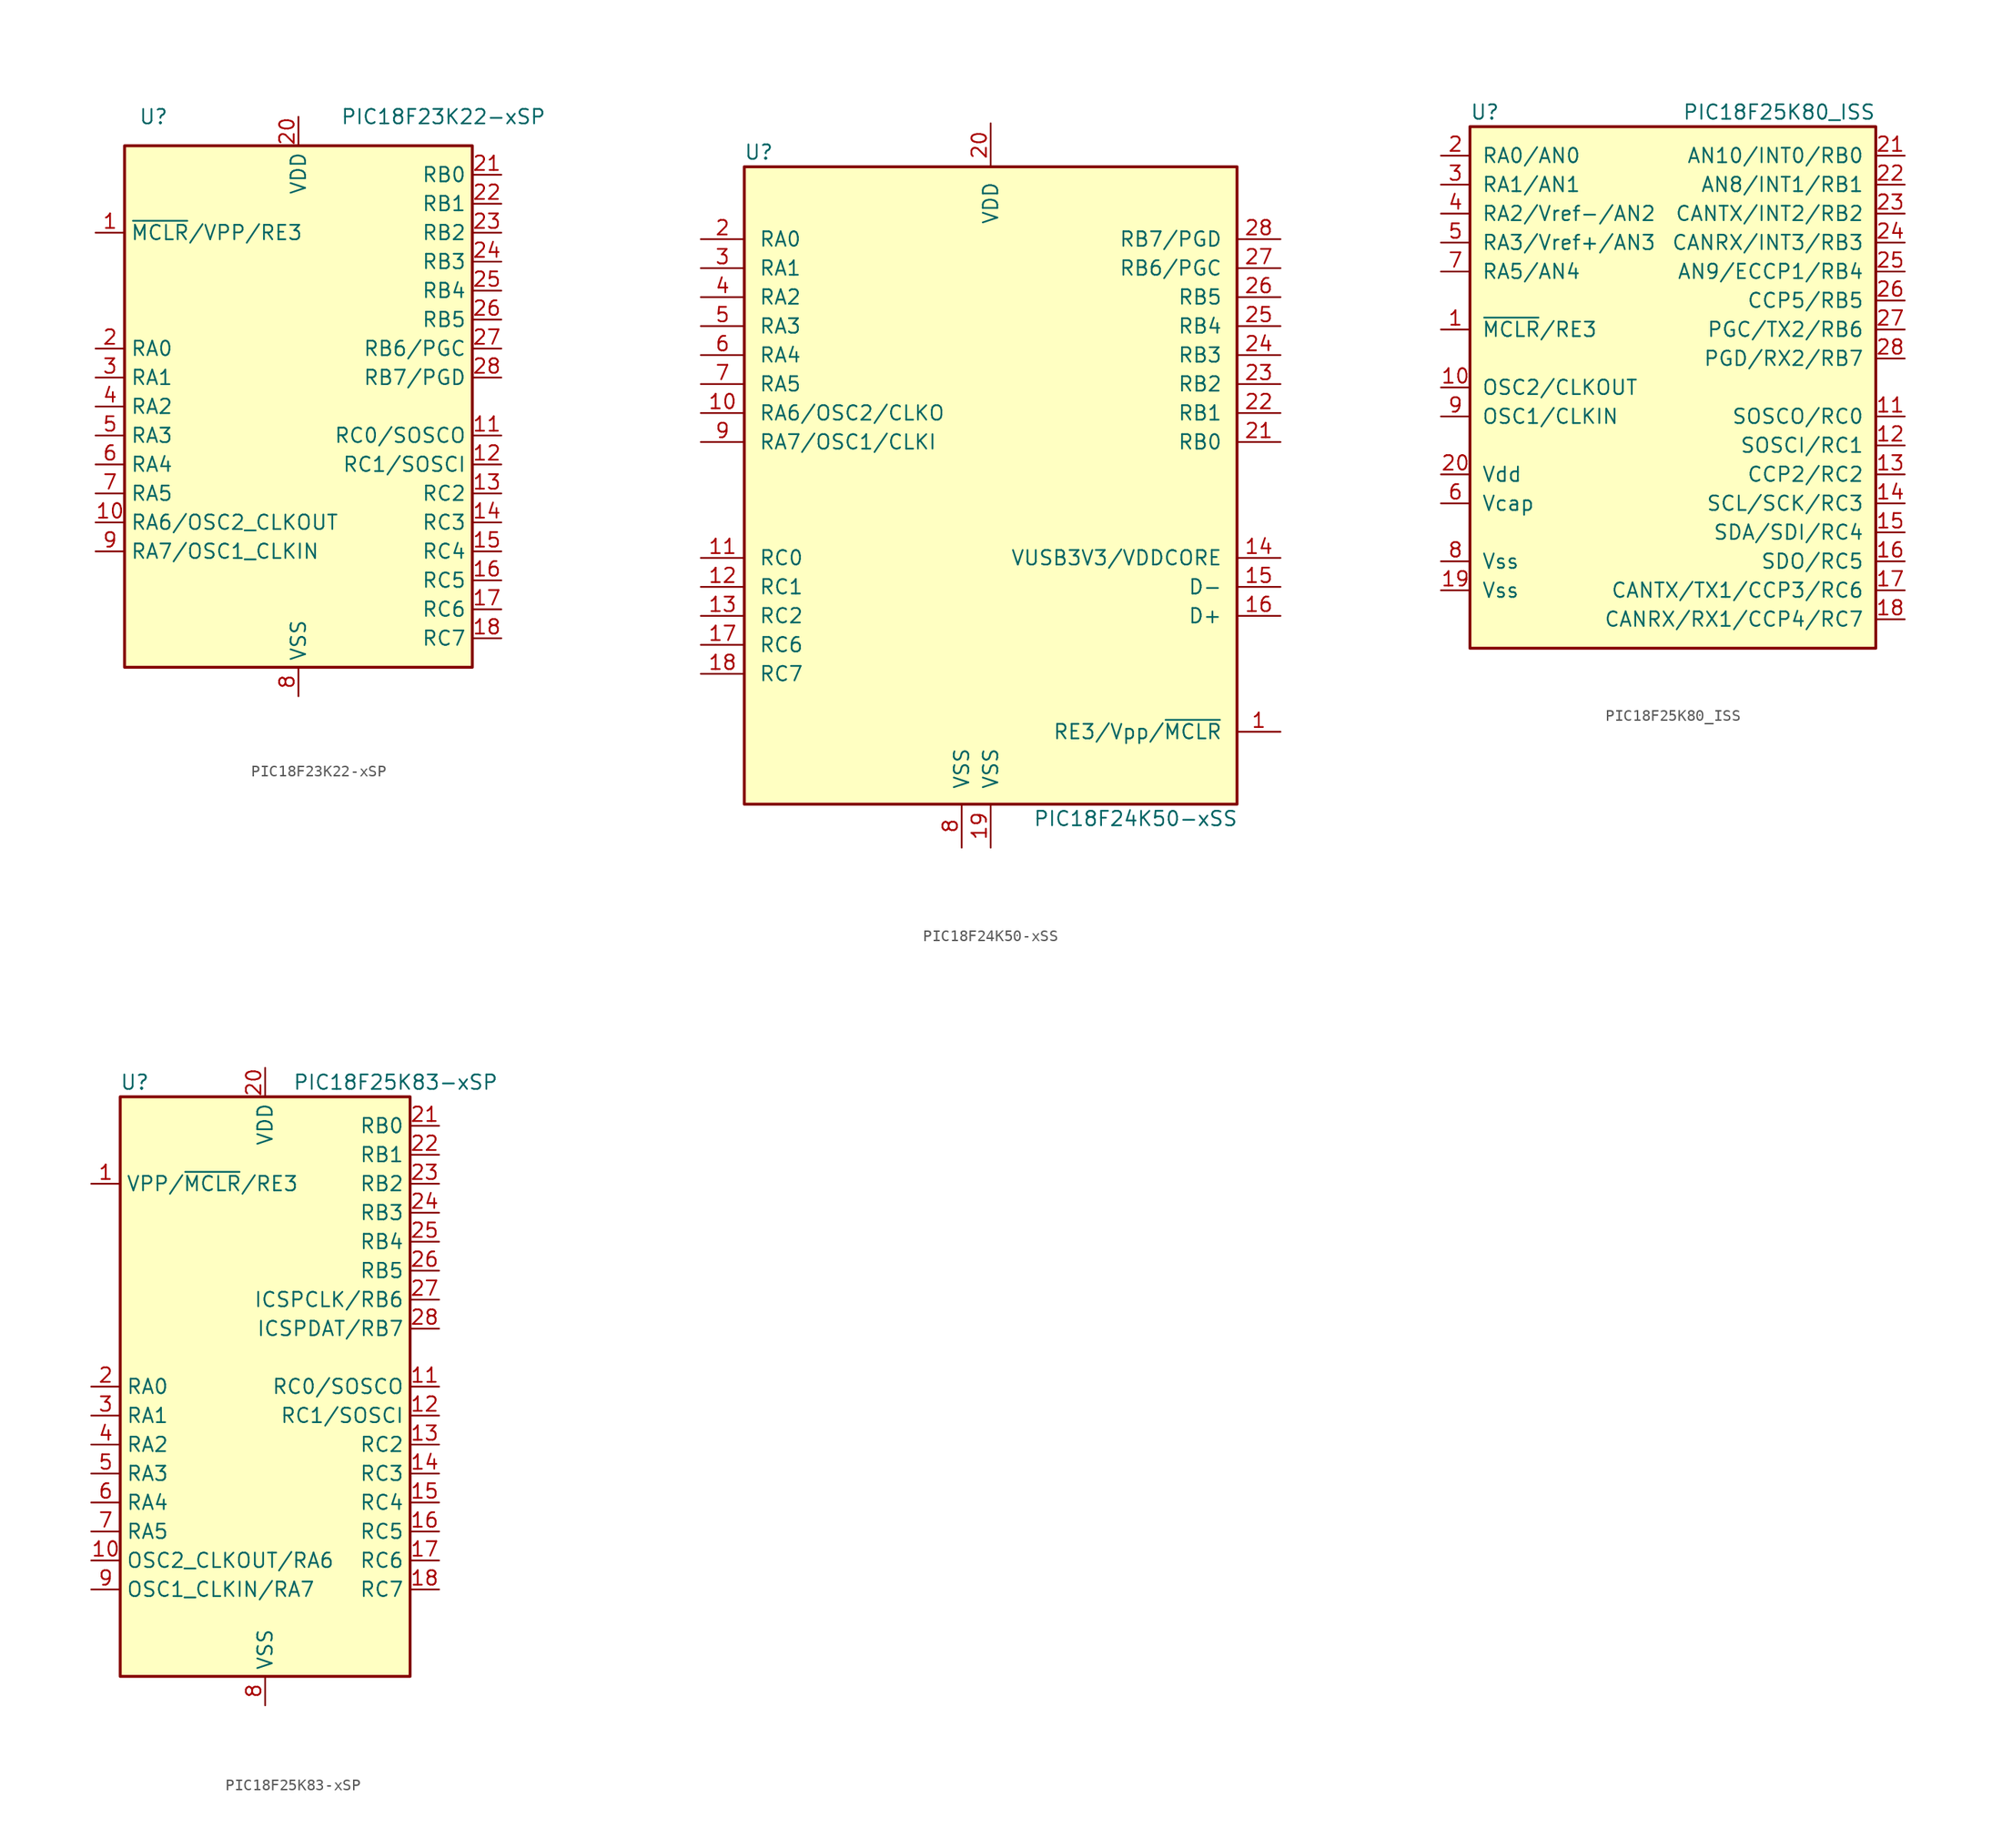
<source format=kicad_sym>
(kicad_symbol_lib
  (version 20231120)
  (generator "kicad_symbol_editor")
  (generator_version "8.0")
  (symbol "PIC18F23K22-xSP"
    (property "Reference" "U"
      (at -12.7 25.4 0)
      (effects (font (size 1.27 1.27))))
    (property "Value" "PIC18F23K22-xSP"
      (at 12.7 25.4 0)
      (effects (font (size 1.27 1.27))))
    (symbol "PIC18F23K22-xSP_1_1"
      (rectangle (start -15.24 22.86) (end 15.24 -22.86) (stroke (width 0.254) (type default)) (fill (type background)))
      (pin input line (at -17.78 15.24 0) (length 2.54) (name "~{MCLR}/VPP/RE3" (effects (font (size 1.27 1.27)))) (number "1" (effects (font (size 1.27 1.27)))))
      (pin bidirectional line (at -17.78 -10.16 0) (length 2.54) (name "RA6/OSC2_CLKOUT" (effects (font (size 1.27 1.27)))) (number "10" (effects (font (size 1.27 1.27)))))
      (pin bidirectional line (at 17.78 -2.54 180) (length 2.54) (name "RC0/SOSCO" (effects (font (size 1.27 1.27)))) (number "11" (effects (font (size 1.27 1.27)))))
      (pin bidirectional line (at 17.78 -5.08 180) (length 2.54) (name "RC1/SOSCI" (effects (font (size 1.27 1.27)))) (number "12" (effects (font (size 1.27 1.27)))))
      (pin bidirectional line (at 17.78 -7.62 180) (length 2.54) (name "RC2" (effects (font (size 1.27 1.27)))) (number "13" (effects (font (size 1.27 1.27)))))
      (pin bidirectional line (at 17.78 -10.16 180) (length 2.54) (name "RC3" (effects (font (size 1.27 1.27)))) (number "14" (effects (font (size 1.27 1.27)))))
      (pin bidirectional line (at 17.78 -12.7 180) (length 2.54) (name "RC4" (effects (font (size 1.27 1.27)))) (number "15" (effects (font (size 1.27 1.27)))))
      (pin bidirectional line (at 17.78 -15.24 180) (length 2.54) (name "RC5" (effects (font (size 1.27 1.27)))) (number "16" (effects (font (size 1.27 1.27)))))
      (pin bidirectional line (at 17.78 -17.78 180) (length 2.54) (name "RC6" (effects (font (size 1.27 1.27)))) (number "17" (effects (font (size 1.27 1.27)))))
      (pin bidirectional line (at 17.78 -20.32 180) (length 2.54) (name "RC7" (effects (font (size 1.27 1.27)))) (number "18" (effects (font (size 1.27 1.27)))))
      (pin passive line (at 0 -25.4 90) (length 2.54) hide (name "VSS" (effects (font (size 1.27 1.27)))) (number "19" (effects (font (size 1.27 1.27)))))
      (pin bidirectional line (at -17.78 5.08 0) (length 2.54) (name "RA0" (effects (font (size 1.27 1.27)))) (number "2" (effects (font (size 1.27 1.27)))))
      (pin power_in line (at 0 25.4 270) (length 2.54) (name "VDD" (effects (font (size 1.27 1.27)))) (number "20" (effects (font (size 1.27 1.27)))))
      (pin bidirectional line (at 17.78 20.32 180) (length 2.54) (name "RB0" (effects (font (size 1.27 1.27)))) (number "21" (effects (font (size 1.27 1.27)))))
      (pin bidirectional line (at 17.78 17.78 180) (length 2.54) (name "RB1" (effects (font (size 1.27 1.27)))) (number "22" (effects (font (size 1.27 1.27)))))
      (pin bidirectional line (at 17.78 15.24 180) (length 2.54) (name "RB2" (effects (font (size 1.27 1.27)))) (number "23" (effects (font (size 1.27 1.27)))))
      (pin bidirectional line (at 17.78 12.7 180) (length 2.54) (name "RB3" (effects (font (size 1.27 1.27)))) (number "24" (effects (font (size 1.27 1.27)))))
      (pin bidirectional line (at 17.78 10.16 180) (length 2.54) (name "RB4" (effects (font (size 1.27 1.27)))) (number "25" (effects (font (size 1.27 1.27)))))
      (pin bidirectional line (at 17.78 7.62 180) (length 2.54) (name "RB5" (effects (font (size 1.27 1.27)))) (number "26" (effects (font (size 1.27 1.27)))))
      (pin bidirectional line (at 17.78 5.08 180) (length 2.54) (name "RB6/PGC" (effects (font (size 1.27 1.27)))) (number "27" (effects (font (size 1.27 1.27)))))
      (pin bidirectional line (at 17.78 2.54 180) (length 2.54) (name "RB7/PGD" (effects (font (size 1.27 1.27)))) (number "28" (effects (font (size 1.27 1.27)))))
      (pin bidirectional line (at -17.78 2.54 0) (length 2.54) (name "RA1" (effects (font (size 1.27 1.27)))) (number "3" (effects (font (size 1.27 1.27)))))
      (pin bidirectional line (at -17.78 0 0) (length 2.54) (name "RA2" (effects (font (size 1.27 1.27)))) (number "4" (effects (font (size 1.27 1.27)))))
      (pin bidirectional line (at -17.78 -2.54 0) (length 2.54) (name "RA3" (effects (font (size 1.27 1.27)))) (number "5" (effects (font (size 1.27 1.27)))))
      (pin bidirectional line (at -17.78 -5.08 0) (length 2.54) (name "RA4" (effects (font (size 1.27 1.27)))) (number "6" (effects (font (size 1.27 1.27)))))
      (pin bidirectional line (at -17.78 -7.62 0) (length 2.54) (name "RA5" (effects (font (size 1.27 1.27)))) (number "7" (effects (font (size 1.27 1.27)))))
      (pin power_in line (at 0 -25.4 90) (length 2.54) (name "VSS" (effects (font (size 1.27 1.27)))) (number "8" (effects (font (size 1.27 1.27)))))
      (pin bidirectional line (at -17.78 -12.7 0) (length 2.54) (name "RA7/OSC1_CLKIN" (effects (font (size 1.27 1.27)))) (number "9" (effects (font (size 1.27 1.27)))))))
  (symbol "PIC18F24K50-xSS"
    (pin_names
      (offset 1.27))
    (property "Reference" "U"
      (at -20.32 30.48 0)
      (effects (font (size 1.27 1.27))))
    (property "Value" "PIC18F24K50-xSS"
      (at 12.7 -27.94 0)
      (effects (font (size 1.27 1.27))))
    (symbol "PIC18F24K50-xSS_0_1"
      (rectangle (start -21.59 29.21) (end 21.59 -26.67) (stroke (width 0.254) (type default)) (fill (type background))))
    (symbol "PIC18F24K50-xSS_1_1"
      (pin input line (at 25.4 -20.32 180) (length 3.81) (name "RE3/Vpp/~{MCLR}" (effects (font (size 1.27 1.27)))) (number "1" (effects (font (size 1.27 1.27)))))
      (pin output line (at -25.4 7.62 0) (length 3.81) (name "RA6/OSC2/CLKO" (effects (font (size 1.27 1.27)))) (number "10" (effects (font (size 1.27 1.27)))))
      (pin bidirectional line (at -25.4 -5.08 0) (length 3.81) (name "RC0" (effects (font (size 1.27 1.27)))) (number "11" (effects (font (size 1.27 1.27)))))
      (pin bidirectional line (at -25.4 -7.62 0) (length 3.81) (name "RC1" (effects (font (size 1.27 1.27)))) (number "12" (effects (font (size 1.27 1.27)))))
      (pin bidirectional line (at -25.4 -10.16 0) (length 3.81) (name "RC2" (effects (font (size 1.27 1.27)))) (number "13" (effects (font (size 1.27 1.27)))))
      (pin bidirectional line (at 25.4 -5.08 180) (length 3.81) (name "VUSB3V3/VDDCORE" (effects (font (size 1.27 1.27)))) (number "14" (effects (font (size 1.27 1.27)))))
      (pin bidirectional line (at 25.4 -7.62 180) (length 3.81) (name "D-" (effects (font (size 1.27 1.27)))) (number "15" (effects (font (size 1.27 1.27)))))
      (pin bidirectional line (at 25.4 -10.16 180) (length 3.81) (name "D+" (effects (font (size 1.27 1.27)))) (number "16" (effects (font (size 1.27 1.27)))))
      (pin bidirectional line (at -25.4 -12.7 0) (length 3.81) (name "RC6" (effects (font (size 1.27 1.27)))) (number "17" (effects (font (size 1.27 1.27)))))
      (pin bidirectional line (at -25.4 -15.24 0) (length 3.81) (name "RC7" (effects (font (size 1.27 1.27)))) (number "18" (effects (font (size 1.27 1.27)))))
      (pin power_in line (at 0 -30.48 90) (length 3.81) (name "VSS" (effects (font (size 1.27 1.27)))) (number "19" (effects (font (size 1.27 1.27)))))
      (pin bidirectional line (at -25.4 22.86 0) (length 3.81) (name "RA0" (effects (font (size 1.27 1.27)))) (number "2" (effects (font (size 1.27 1.27)))))
      (pin power_in line (at 0 33.02 270) (length 3.81) (name "VDD" (effects (font (size 1.27 1.27)))) (number "20" (effects (font (size 1.27 1.27)))))
      (pin bidirectional line (at 25.4 5.08 180) (length 3.81) (name "RB0" (effects (font (size 1.27 1.27)))) (number "21" (effects (font (size 1.27 1.27)))))
      (pin bidirectional line (at 25.4 7.62 180) (length 3.81) (name "RB1" (effects (font (size 1.27 1.27)))) (number "22" (effects (font (size 1.27 1.27)))))
      (pin bidirectional line (at 25.4 10.16 180) (length 3.81) (name "RB2" (effects (font (size 1.27 1.27)))) (number "23" (effects (font (size 1.27 1.27)))))
      (pin bidirectional line (at 25.4 12.7 180) (length 3.81) (name "RB3" (effects (font (size 1.27 1.27)))) (number "24" (effects (font (size 1.27 1.27)))))
      (pin bidirectional line (at 25.4 15.24 180) (length 3.81) (name "RB4" (effects (font (size 1.27 1.27)))) (number "25" (effects (font (size 1.27 1.27)))))
      (pin bidirectional line (at 25.4 17.78 180) (length 3.81) (name "RB5" (effects (font (size 1.27 1.27)))) (number "26" (effects (font (size 1.27 1.27)))))
      (pin bidirectional line (at 25.4 20.32 180) (length 3.81) (name "RB6/PGC" (effects (font (size 1.27 1.27)))) (number "27" (effects (font (size 1.27 1.27)))))
      (pin bidirectional line (at 25.4 22.86 180) (length 3.81) (name "RB7/PGD" (effects (font (size 1.27 1.27)))) (number "28" (effects (font (size 1.27 1.27)))))
      (pin bidirectional line (at -25.4 20.32 0) (length 3.81) (name "RA1" (effects (font (size 1.27 1.27)))) (number "3" (effects (font (size 1.27 1.27)))))
      (pin bidirectional line (at -25.4 17.78 0) (length 3.81) (name "RA2" (effects (font (size 1.27 1.27)))) (number "4" (effects (font (size 1.27 1.27)))))
      (pin bidirectional line (at -25.4 15.24 0) (length 3.81) (name "RA3" (effects (font (size 1.27 1.27)))) (number "5" (effects (font (size 1.27 1.27)))))
      (pin bidirectional line (at -25.4 12.7 0) (length 3.81) (name "RA4" (effects (font (size 1.27 1.27)))) (number "6" (effects (font (size 1.27 1.27)))))
      (pin bidirectional line (at -25.4 10.16 0) (length 3.81) (name "RA5" (effects (font (size 1.27 1.27)))) (number "7" (effects (font (size 1.27 1.27)))))
      (pin power_in line (at -2.54 -30.48 90) (length 3.81) (name "VSS" (effects (font (size 1.27 1.27)))) (number "8" (effects (font (size 1.27 1.27)))))
      (pin input line (at -25.4 5.08 0) (length 3.81) (name "RA7/OSC1/CLKI" (effects (font (size 1.27 1.27)))) (number "9" (effects (font (size 1.27 1.27)))))))
  (symbol "PIC18F25K80_ISS"
    (pin_names
      (offset 1.016))
    (property "Reference" "U"
      (at -17.78 24.13 0)
      (effects (font (size 1.27 1.27)) (justify left)))
    (property "Value" "PIC18F25K80_ISS"
      (at 17.78 24.13 0)
      (effects (font (size 1.27 1.27)) (justify right)))
    (symbol "PIC18F25K80_ISS_0_1"
      (rectangle (start -17.78 22.86) (end 17.78 -22.86) (stroke (width 0.254) (type default)) (fill (type background))))
    (symbol "PIC18F25K80_ISS_1_1"
      (pin bidirectional line (at -20.32 5.08 0) (length 2.54) (name "~{MCLR}/RE3" (effects (font (size 1.27 1.27)))) (number "1" (effects (font (size 1.27 1.27)))))
      (pin input line (at -20.32 0 0) (length 2.54) (name "OSC2/CLKOUT" (effects (font (size 1.27 1.27)))) (number "10" (effects (font (size 1.27 1.27)))))
      (pin bidirectional line (at 20.32 -2.54 180) (length 2.54) (name "SOSCO/RC0" (effects (font (size 1.27 1.27)))) (number "11" (effects (font (size 1.27 1.27)))))
      (pin bidirectional line (at 20.32 -5.08 180) (length 2.54) (name "SOSCI/RC1" (effects (font (size 1.27 1.27)))) (number "12" (effects (font (size 1.27 1.27)))))
      (pin bidirectional line (at 20.32 -7.62 180) (length 2.54) (name "CCP2/RC2" (effects (font (size 1.27 1.27)))) (number "13" (effects (font (size 1.27 1.27)))))
      (pin bidirectional line (at 20.32 -10.16 180) (length 2.54) (name "SCL/SCK/RC3" (effects (font (size 1.27 1.27)))) (number "14" (effects (font (size 1.27 1.27)))))
      (pin bidirectional line (at 20.32 -12.7 180) (length 2.54) (name "SDA/SDI/RC4" (effects (font (size 1.27 1.27)))) (number "15" (effects (font (size 1.27 1.27)))))
      (pin bidirectional line (at 20.32 -15.24 180) (length 2.54) (name "SDO/RC5" (effects (font (size 1.27 1.27)))) (number "16" (effects (font (size 1.27 1.27)))))
      (pin bidirectional line (at 20.32 -17.78 180) (length 2.54) (name "CANTX/TX1/CCP3/RC6" (effects (font (size 1.27 1.27)))) (number "17" (effects (font (size 1.27 1.27)))))
      (pin bidirectional line (at 20.32 -20.32 180) (length 2.54) (name "CANRX/RX1/CCP4/RC7" (effects (font (size 1.27 1.27)))) (number "18" (effects (font (size 1.27 1.27)))))
      (pin power_in line (at -20.32 -17.78 0) (length 2.54) (name "Vss" (effects (font (size 1.27 1.27)))) (number "19" (effects (font (size 1.27 1.27)))))
      (pin bidirectional line (at -20.32 20.32 0) (length 2.54) (name "RA0/AN0" (effects (font (size 1.27 1.27)))) (number "2" (effects (font (size 1.27 1.27)))))
      (pin power_in line (at -20.32 -7.62 0) (length 2.54) (name "Vdd" (effects (font (size 1.27 1.27)))) (number "20" (effects (font (size 1.27 1.27)))))
      (pin bidirectional line (at 20.32 20.32 180) (length 2.54) (name "AN10/INT0/RB0" (effects (font (size 1.27 1.27)))) (number "21" (effects (font (size 1.27 1.27)))))
      (pin bidirectional line (at 20.32 17.78 180) (length 2.54) (name "AN8/INT1/RB1" (effects (font (size 1.27 1.27)))) (number "22" (effects (font (size 1.27 1.27)))))
      (pin bidirectional line (at 20.32 15.24 180) (length 2.54) (name "CANTX/INT2/RB2" (effects (font (size 1.27 1.27)))) (number "23" (effects (font (size 1.27 1.27)))))
      (pin bidirectional line (at 20.32 12.7 180) (length 2.54) (name "CANRX/INT3/RB3" (effects (font (size 1.27 1.27)))) (number "24" (effects (font (size 1.27 1.27)))))
      (pin bidirectional line (at 20.32 10.16 180) (length 2.54) (name "AN9/ECCP1/RB4" (effects (font (size 1.27 1.27)))) (number "25" (effects (font (size 1.27 1.27)))))
      (pin bidirectional line (at 20.32 7.62 180) (length 2.54) (name "CCP5/RB5" (effects (font (size 1.27 1.27)))) (number "26" (effects (font (size 1.27 1.27)))))
      (pin bidirectional line (at 20.32 5.08 180) (length 2.54) (name "PGC/TX2/RB6" (effects (font (size 1.27 1.27)))) (number "27" (effects (font (size 1.27 1.27)))))
      (pin bidirectional line (at 20.32 2.54 180) (length 2.54) (name "PGD/RX2/RB7" (effects (font (size 1.27 1.27)))) (number "28" (effects (font (size 1.27 1.27)))))
      (pin bidirectional line (at -20.32 17.78 0) (length 2.54) (name "RA1/AN1" (effects (font (size 1.27 1.27)))) (number "3" (effects (font (size 1.27 1.27)))))
      (pin bidirectional line (at -20.32 15.24 0) (length 2.54) (name "RA2/Vref-/AN2" (effects (font (size 1.27 1.27)))) (number "4" (effects (font (size 1.27 1.27)))))
      (pin bidirectional line (at -20.32 12.7 0) (length 2.54) (name "RA3/Vref+/AN3" (effects (font (size 1.27 1.27)))) (number "5" (effects (font (size 1.27 1.27)))))
      (pin power_in line (at -20.32 -10.16 0) (length 2.54) (name "Vcap" (effects (font (size 1.27 1.27)))) (number "6" (effects (font (size 1.27 1.27)))))
      (pin bidirectional line (at -20.32 10.16 0) (length 2.54) (name "RA5/AN4" (effects (font (size 1.27 1.27)))) (number "7" (effects (font (size 1.27 1.27)))))
      (pin power_in line (at -20.32 -15.24 0) (length 2.54) (name "Vss" (effects (font (size 1.27 1.27)))) (number "8" (effects (font (size 1.27 1.27)))))
      (pin input line (at -20.32 -2.54 0) (length 2.54) (name "OSC1/CLKIN" (effects (font (size 1.27 1.27)))) (number "9" (effects (font (size 1.27 1.27)))))))
  (symbol "PIC18F25K83-xSP"
    (property "Reference" "U"
      (at -11.43 26.67 0)
      (effects (font (size 1.27 1.27))))
    (property "Value" "PIC18F25K83-xSP"
      (at 11.43 26.67 0)
      (effects (font (size 1.27 1.27))))
    (symbol "PIC18F25K83-xSP_0_1"
      (rectangle (start -12.7 -25.4) (end 12.7 25.4) (stroke (width 0.254) (type default)) (fill (type background))))
    (symbol "PIC18F25K83-xSP_1_1"
      (pin input line (at -15.24 17.78 0) (length 2.54) (name "VPP/~{MCLR}/RE3" (effects (font (size 1.27 1.27)))) (number "1" (effects (font (size 1.27 1.27)))))
      (pin bidirectional line (at -15.24 -15.24 0) (length 2.54) (name "OSC2_CLKOUT/RA6" (effects (font (size 1.27 1.27)))) (number "10" (effects (font (size 1.27 1.27)))))
      (pin bidirectional line (at 15.24 0 180) (length 2.54) (name "RC0/SOSCO" (effects (font (size 1.27 1.27)))) (number "11" (effects (font (size 1.27 1.27)))))
      (pin bidirectional line (at 15.24 -2.54 180) (length 2.54) (name "RC1/SOSCI" (effects (font (size 1.27 1.27)))) (number "12" (effects (font (size 1.27 1.27)))))
      (pin bidirectional line (at 15.24 -5.08 180) (length 2.54) (name "RC2" (effects (font (size 1.27 1.27)))) (number "13" (effects (font (size 1.27 1.27)))))
      (pin bidirectional line (at 15.24 -7.62 180) (length 2.54) (name "RC3" (effects (font (size 1.27 1.27)))) (number "14" (effects (font (size 1.27 1.27)))))
      (pin bidirectional line (at 15.24 -10.16 180) (length 2.54) (name "RC4" (effects (font (size 1.27 1.27)))) (number "15" (effects (font (size 1.27 1.27)))))
      (pin bidirectional line (at 15.24 -12.7 180) (length 2.54) (name "RC5" (effects (font (size 1.27 1.27)))) (number "16" (effects (font (size 1.27 1.27)))))
      (pin bidirectional line (at 15.24 -15.24 180) (length 2.54) (name "RC6" (effects (font (size 1.27 1.27)))) (number "17" (effects (font (size 1.27 1.27)))))
      (pin bidirectional line (at 15.24 -17.78 180) (length 2.54) (name "RC7" (effects (font (size 1.27 1.27)))) (number "18" (effects (font (size 1.27 1.27)))))
      (pin passive line (at 0 -27.94 90) (length 2.54) hide (name "VSS" (effects (font (size 1.27 1.27)))) (number "19" (effects (font (size 1.27 1.27)))))
      (pin bidirectional line (at -15.24 0 0) (length 2.54) (name "RA0" (effects (font (size 1.27 1.27)))) (number "2" (effects (font (size 1.27 1.27)))))
      (pin power_in line (at 0 27.94 270) (length 2.54) (name "VDD" (effects (font (size 1.27 1.27)))) (number "20" (effects (font (size 1.27 1.27)))))
      (pin bidirectional line (at 15.24 22.86 180) (length 2.54) (name "RB0" (effects (font (size 1.27 1.27)))) (number "21" (effects (font (size 1.27 1.27)))))
      (pin bidirectional line (at 15.24 20.32 180) (length 2.54) (name "RB1" (effects (font (size 1.27 1.27)))) (number "22" (effects (font (size 1.27 1.27)))))
      (pin bidirectional line (at 15.24 17.78 180) (length 2.54) (name "RB2" (effects (font (size 1.27 1.27)))) (number "23" (effects (font (size 1.27 1.27)))))
      (pin bidirectional line (at 15.24 15.24 180) (length 2.54) (name "RB3" (effects (font (size 1.27 1.27)))) (number "24" (effects (font (size 1.27 1.27)))))
      (pin bidirectional line (at 15.24 12.7 180) (length 2.54) (name "RB4" (effects (font (size 1.27 1.27)))) (number "25" (effects (font (size 1.27 1.27)))))
      (pin bidirectional line (at 15.24 10.16 180) (length 2.54) (name "RB5" (effects (font (size 1.27 1.27)))) (number "26" (effects (font (size 1.27 1.27)))))
      (pin bidirectional line (at 15.24 7.62 180) (length 2.54) (name "ICSPCLK/RB6" (effects (font (size 1.27 1.27)))) (number "27" (effects (font (size 1.27 1.27)))))
      (pin bidirectional line (at 15.24 5.08 180) (length 2.54) (name "ICSPDAT/RB7" (effects (font (size 1.27 1.27)))) (number "28" (effects (font (size 1.27 1.27)))))
      (pin bidirectional line (at -15.24 -2.54 0) (length 2.54) (name "RA1" (effects (font (size 1.27 1.27)))) (number "3" (effects (font (size 1.27 1.27)))))
      (pin bidirectional line (at -15.24 -5.08 0) (length 2.54) (name "RA2" (effects (font (size 1.27 1.27)))) (number "4" (effects (font (size 1.27 1.27)))))
      (pin bidirectional line (at -15.24 -7.62 0) (length 2.54) (name "RA3" (effects (font (size 1.27 1.27)))) (number "5" (effects (font (size 1.27 1.27)))))
      (pin bidirectional line (at -15.24 -10.16 0) (length 2.54) (name "RA4" (effects (font (size 1.27 1.27)))) (number "6" (effects (font (size 1.27 1.27)))))
      (pin bidirectional line (at -15.24 -12.7 0) (length 2.54) (name "RA5" (effects (font (size 1.27 1.27)))) (number "7" (effects (font (size 1.27 1.27)))))
      (pin power_in line (at 0 -27.94 90) (length 2.54) (name "VSS" (effects (font (size 1.27 1.27)))) (number "8" (effects (font (size 1.27 1.27)))))
      (pin bidirectional line (at -15.24 -17.78 0) (length 2.54) (name "OSC1_CLKIN/RA7" (effects (font (size 1.27 1.27)))) (number "9" (effects (font (size 1.27 1.27))))))))
</source>
